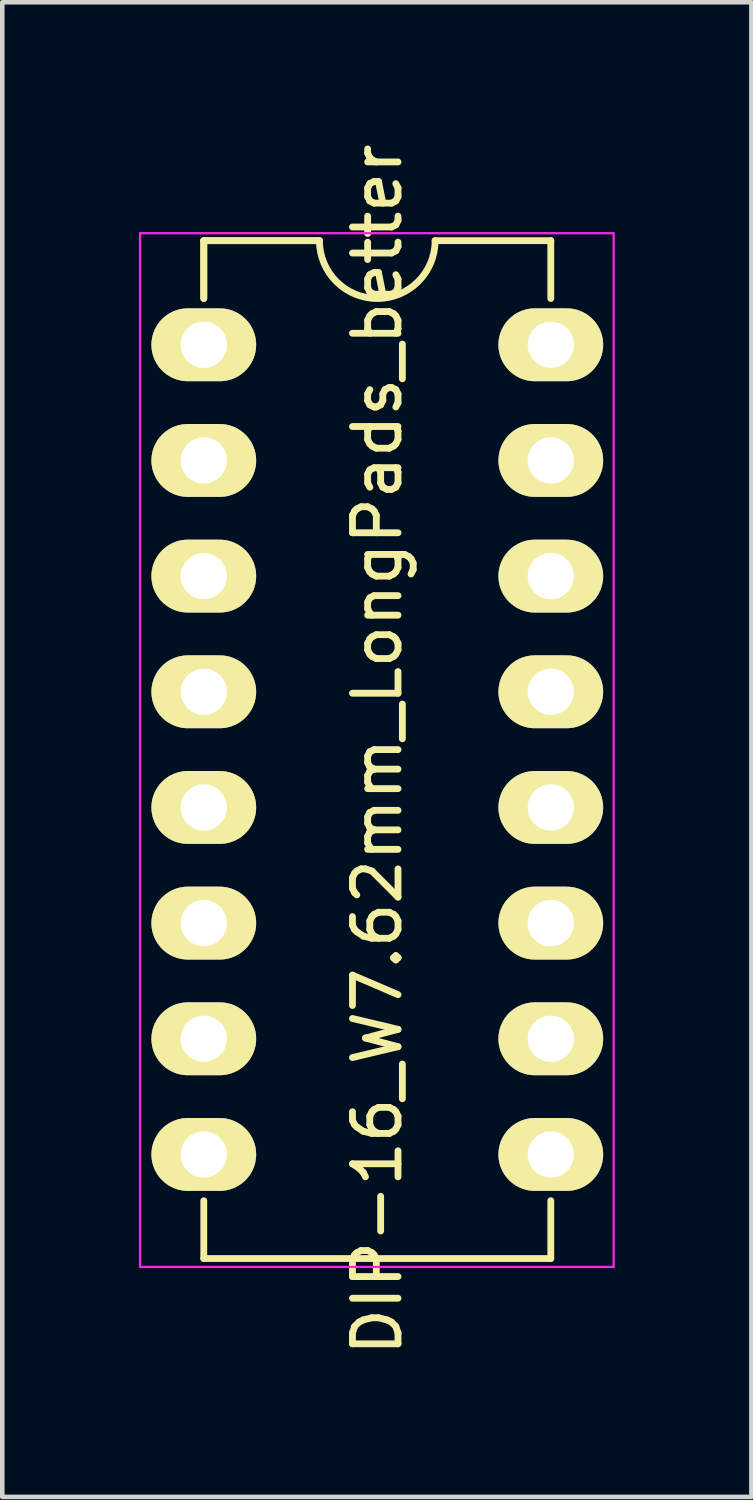
<source format=kicad_pcb>
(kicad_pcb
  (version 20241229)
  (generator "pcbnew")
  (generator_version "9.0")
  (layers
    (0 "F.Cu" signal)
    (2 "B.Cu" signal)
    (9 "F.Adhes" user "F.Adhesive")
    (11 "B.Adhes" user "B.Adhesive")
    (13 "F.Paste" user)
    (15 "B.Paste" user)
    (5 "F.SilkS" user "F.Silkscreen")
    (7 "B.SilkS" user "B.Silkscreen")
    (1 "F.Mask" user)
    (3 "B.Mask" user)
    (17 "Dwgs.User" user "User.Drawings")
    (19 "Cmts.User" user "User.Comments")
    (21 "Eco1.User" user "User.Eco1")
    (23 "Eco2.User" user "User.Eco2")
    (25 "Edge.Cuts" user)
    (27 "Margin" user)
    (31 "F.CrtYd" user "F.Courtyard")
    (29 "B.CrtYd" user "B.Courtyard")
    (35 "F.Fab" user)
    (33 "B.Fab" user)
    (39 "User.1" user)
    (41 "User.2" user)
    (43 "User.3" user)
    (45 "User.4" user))
  (footprint "DIP-16_W7.62mm_LongPads_better"
    (layer "F.Cu")
    (at 1.425 4.521)
    (property "Reference" "DIP-16_W7.62mm_LongPads_better" (at 3.81 8.89 270) (layer "F.SilkS") (effects (font (size 1 1) (thickness 0.15))))
    (attr through_hole)
    (fp_line (start 0 -2.286) (end 0 -1.016) (stroke (width 0.15) (type solid)) (layer "F.SilkS"))
    (fp_line (start 0 -2.286) (end 2.54 -2.286) (stroke (width 0.15) (type solid)) (layer "F.SilkS"))
    (fp_line (start 0 -1.016) (end 0 -2.286) (stroke (width 0.15) (type solid)) (layer "F.SilkS"))
    (fp_line (start 0 18.796) (end 0 20.066) (stroke (width 0.15) (type solid)) (layer "F.SilkS"))
    (fp_line (start 2.54 -2.286) (end 0 -2.286) (stroke (width 0.15) (type solid)) (layer "F.SilkS"))
    (fp_line (start 5.08 -2.286) (end 7.62 -2.286) (stroke (width 0.15) (type solid)) (layer "F.SilkS"))
    (fp_line (start 7.62 -1.016) (end 7.62 -2.286) (stroke (width 0.15) (type solid)) (layer "F.SilkS"))
    (fp_line (start 7.62 18.796) (end 7.62 20.066) (stroke (width 0.15) (type solid)) (layer "F.SilkS"))
    (fp_line (start 7.62 20.066) (end 0 20.066) (stroke (width 0.15) (type solid)) (layer "F.SilkS"))
    (fp_arc (start 5.08 -2.286) (mid 3.81 -1.016) (end 2.54 -2.286) (stroke (width 0.15) (type solid)) (layer "F.SilkS"))
    (fp_line (start -1.4 -2.45) (end -1.4 20.25) (stroke (width 0.05) (type solid)) (layer "F.CrtYd"))
    (fp_line (start -1.4 -2.45) (end 9 -2.45) (stroke (width 0.05) (type solid)) (layer "F.CrtYd"))
    (fp_line (start -1.4 20.25) (end 9 20.25) (stroke (width 0.05) (type solid)) (layer "F.CrtYd"))
    (fp_line (start 9 -2.45) (end 9 20.25) (stroke (width 0.05) (type solid)) (layer "F.CrtYd"))
    (pad "1" thru_hole oval (at 0 0) (size 2.3 1.6) (drill 1.016) (layers "*.Cu" "*.Mask" "F.SilkS"))
    (pad "2" thru_hole oval (at 0 2.54) (size 2.3 1.6) (drill 1.016) (layers "*.Cu" "*.Mask" "F.SilkS"))
    (pad "3" thru_hole oval (at 0 5.08) (size 2.3 1.6) (drill 1.016) (layers "*.Cu" "*.Mask" "F.SilkS"))
    (pad "4" thru_hole oval (at 0 7.62) (size 2.3 1.6) (drill 1.016) (layers "*.Cu" "*.Mask" "F.SilkS"))
    (pad "5" thru_hole oval (at 0 10.16) (size 2.3 1.6) (drill 1.016) (layers "*.Cu" "*.Mask" "F.SilkS"))
    (pad "6" thru_hole oval (at 0 12.7) (size 2.3 1.6) (drill 1.016) (layers "*.Cu" "*.Mask" "F.SilkS"))
    (pad "7" thru_hole oval (at 0 15.24) (size 2.3 1.6) (drill 1.016) (layers "*.Cu" "*.Mask" "F.SilkS"))
    (pad "8" thru_hole oval (at 0 17.78) (size 2.3 1.6) (drill 1.016) (layers "*.Cu" "*.Mask" "F.SilkS"))
    (pad "9" thru_hole oval (at 7.62 17.78) (size 2.3 1.6) (drill 1.016) (layers "*.Cu" "*.Mask" "F.SilkS"))
    (pad "10" thru_hole oval (at 7.62 15.24) (size 2.3 1.6) (drill 1.016) (layers "*.Cu" "*.Mask" "F.SilkS"))
    (pad "11" thru_hole oval (at 7.62 12.7) (size 2.3 1.6) (drill 1.016) (layers "*.Cu" "*.Mask" "F.SilkS"))
    (pad "12" thru_hole oval (at 7.62 10.16) (size 2.3 1.6) (drill 1.016) (layers "*.Cu" "*.Mask" "F.SilkS"))
    (pad "13" thru_hole oval (at 7.62 7.62) (size 2.3 1.6) (drill 1.016) (layers "*.Cu" "*.Mask" "F.SilkS"))
    (pad "14" thru_hole oval (at 7.62 5.08) (size 2.3 1.6) (drill 1.016) (layers "*.Cu" "*.Mask" "F.SilkS"))
    (pad "15" thru_hole oval (at 7.62 2.54) (size 2.3 1.6) (drill 1.016) (layers "*.Cu" "*.Mask" "F.SilkS"))
    (pad "16" thru_hole oval (at 7.62 0) (size 2.3 1.6) (drill 1.016) (layers "*.Cu" "*.Mask" "F.SilkS")))
  (gr_rect
    (start -3 -3)
    (end 13.45 29.821)
    (stroke (width 0.1) (type default))
    (fill no)
    (layer "Edge.Cuts")))
</source>
